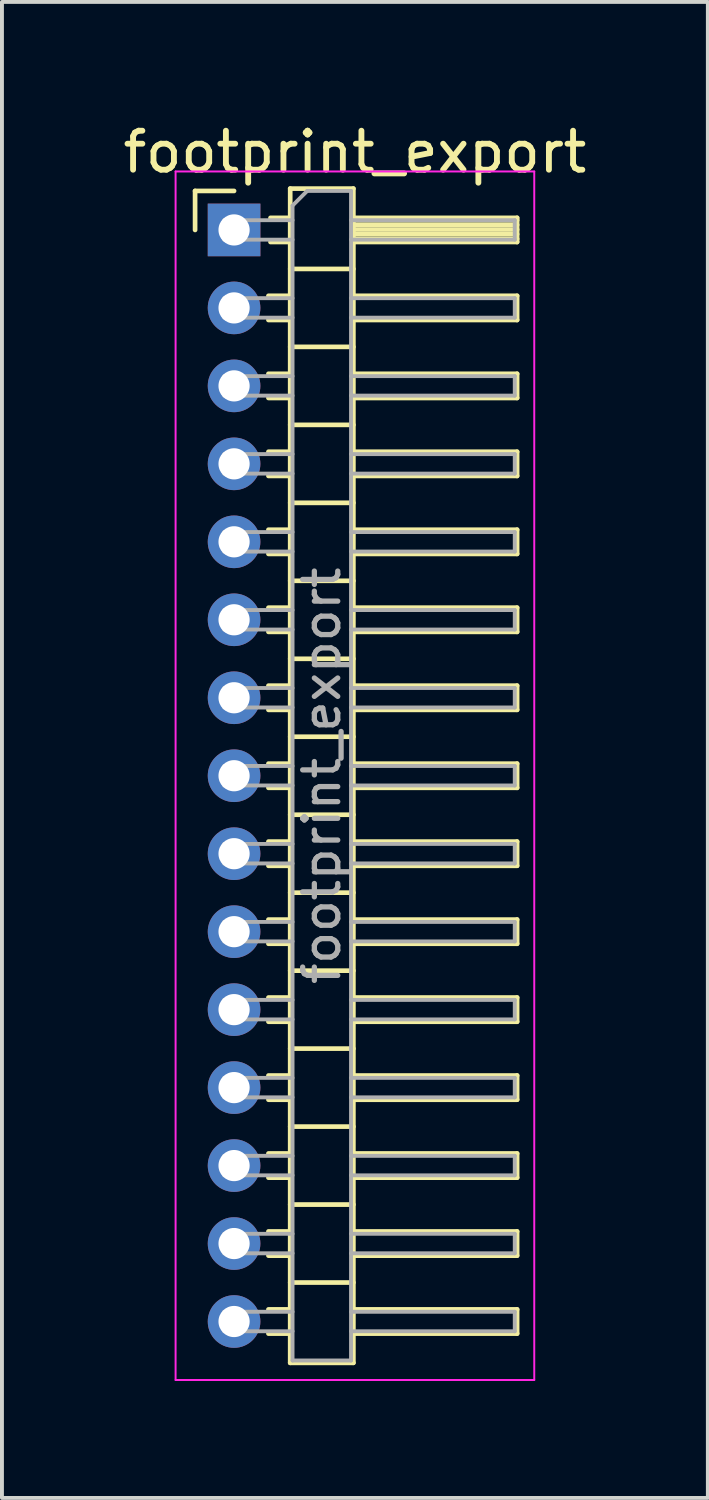
<source format=kicad_pcb>
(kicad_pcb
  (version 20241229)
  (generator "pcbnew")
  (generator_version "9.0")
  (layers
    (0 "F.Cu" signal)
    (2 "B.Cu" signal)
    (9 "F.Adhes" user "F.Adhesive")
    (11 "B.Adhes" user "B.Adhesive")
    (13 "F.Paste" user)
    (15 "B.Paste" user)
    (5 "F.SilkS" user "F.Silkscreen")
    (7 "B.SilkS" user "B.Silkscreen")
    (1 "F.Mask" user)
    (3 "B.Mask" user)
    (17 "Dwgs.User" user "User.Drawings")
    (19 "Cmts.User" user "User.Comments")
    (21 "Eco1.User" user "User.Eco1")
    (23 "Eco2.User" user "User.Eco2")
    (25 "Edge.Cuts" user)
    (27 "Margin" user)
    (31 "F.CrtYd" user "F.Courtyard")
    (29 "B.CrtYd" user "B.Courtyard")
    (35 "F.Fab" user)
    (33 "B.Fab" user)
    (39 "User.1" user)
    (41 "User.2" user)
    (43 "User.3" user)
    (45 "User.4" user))
  (footprint "footprint_export"
    (layer "F.Cu")
    (at 2.954 2.848)
    (property "Reference" "footprint_export" (at 3.1 -2 0) (layer "F.SilkS") (effects (font (size 1 1) (thickness 0.15))))
    (attr through_hole)
    (fp_line (start -1 -1) (end 0 -1) (stroke (width 0.12) (type solid)) (layer "F.SilkS"))
    (fp_line (start -1 0) (end -1 -1) (stroke (width 0.12) (type solid)) (layer "F.SilkS"))
    (fp_line (start 0.882 1.69) (end 1.44 1.69) (stroke (width 0.12) (type solid)) (layer "F.SilkS"))
    (fp_line (start 0.882 2.31) (end 1.44 2.31) (stroke (width 0.12) (type solid)) (layer "F.SilkS"))
    (fp_line (start 0.882 3.69) (end 1.44 3.69) (stroke (width 0.12) (type solid)) (layer "F.SilkS"))
    (fp_line (start 0.882 4.31) (end 1.44 4.31) (stroke (width 0.12) (type solid)) (layer "F.SilkS"))
    (fp_line (start 0.882 5.69) (end 1.44 5.69) (stroke (width 0.12) (type solid)) (layer "F.SilkS"))
    (fp_line (start 0.882 6.31) (end 1.44 6.31) (stroke (width 0.12) (type solid)) (layer "F.SilkS"))
    (fp_line (start 0.882 7.69) (end 1.44 7.69) (stroke (width 0.12) (type solid)) (layer "F.SilkS"))
    (fp_line (start 0.882 8.31) (end 1.44 8.31) (stroke (width 0.12) (type solid)) (layer "F.SilkS"))
    (fp_line (start 0.882 9.69) (end 1.44 9.69) (stroke (width 0.12) (type solid)) (layer "F.SilkS"))
    (fp_line (start 0.882 10.31) (end 1.44 10.31) (stroke (width 0.12) (type solid)) (layer "F.SilkS"))
    (fp_line (start 0.882 11.69) (end 1.44 11.69) (stroke (width 0.12) (type solid)) (layer "F.SilkS"))
    (fp_line (start 0.882 12.31) (end 1.44 12.31) (stroke (width 0.12) (type solid)) (layer "F.SilkS"))
    (fp_line (start 0.882 13.69) (end 1.44 13.69) (stroke (width 0.12) (type solid)) (layer "F.SilkS"))
    (fp_line (start 0.882 14.31) (end 1.44 14.31) (stroke (width 0.12) (type solid)) (layer "F.SilkS"))
    (fp_line (start 0.882 15.69) (end 1.44 15.69) (stroke (width 0.12) (type solid)) (layer "F.SilkS"))
    (fp_line (start 0.882 16.31) (end 1.44 16.31) (stroke (width 0.12) (type solid)) (layer "F.SilkS"))
    (fp_line (start 0.882 17.69) (end 1.44 17.69) (stroke (width 0.12) (type solid)) (layer "F.SilkS"))
    (fp_line (start 0.882 18.31) (end 1.44 18.31) (stroke (width 0.12) (type solid)) (layer "F.SilkS"))
    (fp_line (start 0.882 19.69) (end 1.44 19.69) (stroke (width 0.12) (type solid)) (layer "F.SilkS"))
    (fp_line (start 0.882 20.31) (end 1.44 20.31) (stroke (width 0.12) (type solid)) (layer "F.SilkS"))
    (fp_line (start 0.882 21.69) (end 1.44 21.69) (stroke (width 0.12) (type solid)) (layer "F.SilkS"))
    (fp_line (start 0.882 22.31) (end 1.44 22.31) (stroke (width 0.12) (type solid)) (layer "F.SilkS"))
    (fp_line (start 0.882 23.69) (end 1.44 23.69) (stroke (width 0.12) (type solid)) (layer "F.SilkS"))
    (fp_line (start 0.882 24.31) (end 1.44 24.31) (stroke (width 0.12) (type solid)) (layer "F.SilkS"))
    (fp_line (start 0.882 25.69) (end 1.44 25.69) (stroke (width 0.12) (type solid)) (layer "F.SilkS"))
    (fp_line (start 0.882 26.31) (end 1.44 26.31) (stroke (width 0.12) (type solid)) (layer "F.SilkS"))
    (fp_line (start 0.882 27.69) (end 1.44 27.69) (stroke (width 0.12) (type solid)) (layer "F.SilkS"))
    (fp_line (start 0.882 28.31) (end 1.44 28.31) (stroke (width 0.12) (type solid)) (layer "F.SilkS"))
    (fp_line (start 0.935 -0.31) (end 1.44 -0.31) (stroke (width 0.12) (type solid)) (layer "F.SilkS"))
    (fp_line (start 0.935 0.31) (end 1.44 0.31) (stroke (width 0.12) (type solid)) (layer "F.SilkS"))
    (fp_line (start 1.44 -1.06) (end 1.44 29.06) (stroke (width 0.12) (type solid)) (layer "F.SilkS"))
    (fp_line (start 1.44 1) (end 3.06 1) (stroke (width 0.12) (type solid)) (layer "F.SilkS"))
    (fp_line (start 1.44 3) (end 3.06 3) (stroke (width 0.12) (type solid)) (layer "F.SilkS"))
    (fp_line (start 1.44 5) (end 3.06 5) (stroke (width 0.12) (type solid)) (layer "F.SilkS"))
    (fp_line (start 1.44 7) (end 3.06 7) (stroke (width 0.12) (type solid)) (layer "F.SilkS"))
    (fp_line (start 1.44 9) (end 3.06 9) (stroke (width 0.12) (type solid)) (layer "F.SilkS"))
    (fp_line (start 1.44 11) (end 3.06 11) (stroke (width 0.12) (type solid)) (layer "F.SilkS"))
    (fp_line (start 1.44 13) (end 3.06 13) (stroke (width 0.12) (type solid)) (layer "F.SilkS"))
    (fp_line (start 1.44 15) (end 3.06 15) (stroke (width 0.12) (type solid)) (layer "F.SilkS"))
    (fp_line (start 1.44 17) (end 3.06 17) (stroke (width 0.12) (type solid)) (layer "F.SilkS"))
    (fp_line (start 1.44 19) (end 3.06 19) (stroke (width 0.12) (type solid)) (layer "F.SilkS"))
    (fp_line (start 1.44 21) (end 3.06 21) (stroke (width 0.12) (type solid)) (layer "F.SilkS"))
    (fp_line (start 1.44 23) (end 3.06 23) (stroke (width 0.12) (type solid)) (layer "F.SilkS"))
    (fp_line (start 1.44 25) (end 3.06 25) (stroke (width 0.12) (type solid)) (layer "F.SilkS"))
    (fp_line (start 1.44 27) (end 3.06 27) (stroke (width 0.12) (type solid)) (layer "F.SilkS"))
    (fp_line (start 1.44 29.06) (end 3.06 29.06) (stroke (width 0.12) (type solid)) (layer "F.SilkS"))
    (fp_line (start 3.06 -1.06) (end 1.44 -1.06) (stroke (width 0.12) (type solid)) (layer "F.SilkS"))
    (fp_line (start 3.06 -0.31) (end 7.26 -0.31) (stroke (width 0.12) (type solid)) (layer "F.SilkS"))
    (fp_line (start 3.06 -0.25) (end 7.26 -0.25) (stroke (width 0.12) (type solid)) (layer "F.SilkS"))
    (fp_line (start 3.06 -0.13) (end 7.26 -0.13) (stroke (width 0.12) (type solid)) (layer "F.SilkS"))
    (fp_line (start 3.06 -0.01) (end 7.26 -0.01) (stroke (width 0.12) (type solid)) (layer "F.SilkS"))
    (fp_line (start 3.06 0.11) (end 7.26 0.11) (stroke (width 0.12) (type solid)) (layer "F.SilkS"))
    (fp_line (start 3.06 0.23) (end 7.26 0.23) (stroke (width 0.12) (type solid)) (layer "F.SilkS"))
    (fp_line (start 3.06 1.69) (end 7.26 1.69) (stroke (width 0.12) (type solid)) (layer "F.SilkS"))
    (fp_line (start 3.06 3.69) (end 7.26 3.69) (stroke (width 0.12) (type solid)) (layer "F.SilkS"))
    (fp_line (start 3.06 5.69) (end 7.26 5.69) (stroke (width 0.12) (type solid)) (layer "F.SilkS"))
    (fp_line (start 3.06 7.69) (end 7.26 7.69) (stroke (width 0.12) (type solid)) (layer "F.SilkS"))
    (fp_line (start 3.06 9.69) (end 7.26 9.69) (stroke (width 0.12) (type solid)) (layer "F.SilkS"))
    (fp_line (start 3.06 11.69) (end 7.26 11.69) (stroke (width 0.12) (type solid)) (layer "F.SilkS"))
    (fp_line (start 3.06 13.69) (end 7.26 13.69) (stroke (width 0.12) (type solid)) (layer "F.SilkS"))
    (fp_line (start 3.06 15.69) (end 7.26 15.69) (stroke (width 0.12) (type solid)) (layer "F.SilkS"))
    (fp_line (start 3.06 17.69) (end 7.26 17.69) (stroke (width 0.12) (type solid)) (layer "F.SilkS"))
    (fp_line (start 3.06 19.69) (end 7.26 19.69) (stroke (width 0.12) (type solid)) (layer "F.SilkS"))
    (fp_line (start 3.06 21.69) (end 7.26 21.69) (stroke (width 0.12) (type solid)) (layer "F.SilkS"))
    (fp_line (start 3.06 23.69) (end 7.26 23.69) (stroke (width 0.12) (type solid)) (layer "F.SilkS"))
    (fp_line (start 3.06 25.69) (end 7.26 25.69) (stroke (width 0.12) (type solid)) (layer "F.SilkS"))
    (fp_line (start 3.06 27.69) (end 7.26 27.69) (stroke (width 0.12) (type solid)) (layer "F.SilkS"))
    (fp_line (start 3.06 29.06) (end 3.06 -1.06) (stroke (width 0.12) (type solid)) (layer "F.SilkS"))
    (fp_line (start 7.26 -0.31) (end 7.26 0.31) (stroke (width 0.12) (type solid)) (layer "F.SilkS"))
    (fp_line (start 7.26 0.31) (end 3.06 0.31) (stroke (width 0.12) (type solid)) (layer "F.SilkS"))
    (fp_line (start 7.26 1.69) (end 7.26 2.31) (stroke (width 0.12) (type solid)) (layer "F.SilkS"))
    (fp_line (start 7.26 2.31) (end 3.06 2.31) (stroke (width 0.12) (type solid)) (layer "F.SilkS"))
    (fp_line (start 7.26 3.69) (end 7.26 4.31) (stroke (width 0.12) (type solid)) (layer "F.SilkS"))
    (fp_line (start 7.26 4.31) (end 3.06 4.31) (stroke (width 0.12) (type solid)) (layer "F.SilkS"))
    (fp_line (start 7.26 5.69) (end 7.26 6.31) (stroke (width 0.12) (type solid)) (layer "F.SilkS"))
    (fp_line (start 7.26 6.31) (end 3.06 6.31) (stroke (width 0.12) (type solid)) (layer "F.SilkS"))
    (fp_line (start 7.26 7.69) (end 7.26 8.31) (stroke (width 0.12) (type solid)) (layer "F.SilkS"))
    (fp_line (start 7.26 8.31) (end 3.06 8.31) (stroke (width 0.12) (type solid)) (layer "F.SilkS"))
    (fp_line (start 7.26 9.69) (end 7.26 10.31) (stroke (width 0.12) (type solid)) (layer "F.SilkS"))
    (fp_line (start 7.26 10.31) (end 3.06 10.31) (stroke (width 0.12) (type solid)) (layer "F.SilkS"))
    (fp_line (start 7.26 11.69) (end 7.26 12.31) (stroke (width 0.12) (type solid)) (layer "F.SilkS"))
    (fp_line (start 7.26 12.31) (end 3.06 12.31) (stroke (width 0.12) (type solid)) (layer "F.SilkS"))
    (fp_line (start 7.26 13.69) (end 7.26 14.31) (stroke (width 0.12) (type solid)) (layer "F.SilkS"))
    (fp_line (start 7.26 14.31) (end 3.06 14.31) (stroke (width 0.12) (type solid)) (layer "F.SilkS"))
    (fp_line (start 7.26 15.69) (end 7.26 16.31) (stroke (width 0.12) (type solid)) (layer "F.SilkS"))
    (fp_line (start 7.26 16.31) (end 3.06 16.31) (stroke (width 0.12) (type solid)) (layer "F.SilkS"))
    (fp_line (start 7.26 17.69) (end 7.26 18.31) (stroke (width 0.12) (type solid)) (layer "F.SilkS"))
    (fp_line (start 7.26 18.31) (end 3.06 18.31) (stroke (width 0.12) (type solid)) (layer "F.SilkS"))
    (fp_line (start 7.26 19.69) (end 7.26 20.31) (stroke (width 0.12) (type solid)) (layer "F.SilkS"))
    (fp_line (start 7.26 20.31) (end 3.06 20.31) (stroke (width 0.12) (type solid)) (layer "F.SilkS"))
    (fp_line (start 7.26 21.69) (end 7.26 22.31) (stroke (width 0.12) (type solid)) (layer "F.SilkS"))
    (fp_line (start 7.26 22.31) (end 3.06 22.31) (stroke (width 0.12) (type solid)) (layer "F.SilkS"))
    (fp_line (start 7.26 23.69) (end 7.26 24.31) (stroke (width 0.12) (type solid)) (layer "F.SilkS"))
    (fp_line (start 7.26 24.31) (end 3.06 24.31) (stroke (width 0.12) (type solid)) (layer "F.SilkS"))
    (fp_line (start 7.26 25.69) (end 7.26 26.31) (stroke (width 0.12) (type solid)) (layer "F.SilkS"))
    (fp_line (start 7.26 26.31) (end 3.06 26.31) (stroke (width 0.12) (type solid)) (layer "F.SilkS"))
    (fp_line (start 7.26 27.69) (end 7.26 28.31) (stroke (width 0.12) (type solid)) (layer "F.SilkS"))
    (fp_line (start 7.26 28.31) (end 3.06 28.31) (stroke (width 0.12) (type solid)) (layer "F.SilkS"))
    (fp_line (start -1.5 -1.5) (end -1.5 29.5) (stroke (width 0.05) (type solid)) (layer "F.CrtYd"))
    (fp_line (start -1.5 29.5) (end 7.7 29.5) (stroke (width 0.05) (type solid)) (layer "F.CrtYd"))
    (fp_line (start 7.7 -1.5) (end -1.5 -1.5) (stroke (width 0.05) (type solid)) (layer "F.CrtYd"))
    (fp_line (start 7.7 29.5) (end 7.7 -1.5) (stroke (width 0.05) (type solid)) (layer "F.CrtYd"))
    (fp_line (start -0.25 -0.25) (end -0.25 0.25) (stroke (width 0.1) (type solid)) (layer "F.Fab"))
    (fp_line (start -0.25 -0.25) (end 1.5 -0.25) (stroke (width 0.1) (type solid)) (layer "F.Fab"))
    (fp_line (start -0.25 0.25) (end 1.5 0.25) (stroke (width 0.1) (type solid)) (layer "F.Fab"))
    (fp_line (start -0.25 1.75) (end -0.25 2.25) (stroke (width 0.1) (type solid)) (layer "F.Fab"))
    (fp_line (start -0.25 1.75) (end 1.5 1.75) (stroke (width 0.1) (type solid)) (layer "F.Fab"))
    (fp_line (start -0.25 2.25) (end 1.5 2.25) (stroke (width 0.1) (type solid)) (layer "F.Fab"))
    (fp_line (start -0.25 3.75) (end -0.25 4.25) (stroke (width 0.1) (type solid)) (layer "F.Fab"))
    (fp_line (start -0.25 3.75) (end 1.5 3.75) (stroke (width 0.1) (type solid)) (layer "F.Fab"))
    (fp_line (start -0.25 4.25) (end 1.5 4.25) (stroke (width 0.1) (type solid)) (layer "F.Fab"))
    (fp_line (start -0.25 5.75) (end -0.25 6.25) (stroke (width 0.1) (type solid)) (layer "F.Fab"))
    (fp_line (start -0.25 5.75) (end 1.5 5.75) (stroke (width 0.1) (type solid)) (layer "F.Fab"))
    (fp_line (start -0.25 6.25) (end 1.5 6.25) (stroke (width 0.1) (type solid)) (layer "F.Fab"))
    (fp_line (start -0.25 7.75) (end -0.25 8.25) (stroke (width 0.1) (type solid)) (layer "F.Fab"))
    (fp_line (start -0.25 7.75) (end 1.5 7.75) (stroke (width 0.1) (type solid)) (layer "F.Fab"))
    (fp_line (start -0.25 8.25) (end 1.5 8.25) (stroke (width 0.1) (type solid)) (layer "F.Fab"))
    (fp_line (start -0.25 9.75) (end -0.25 10.25) (stroke (width 0.1) (type solid)) (layer "F.Fab"))
    (fp_line (start -0.25 9.75) (end 1.5 9.75) (stroke (width 0.1) (type solid)) (layer "F.Fab"))
    (fp_line (start -0.25 10.25) (end 1.5 10.25) (stroke (width 0.1) (type solid)) (layer "F.Fab"))
    (fp_line (start -0.25 11.75) (end -0.25 12.25) (stroke (width 0.1) (type solid)) (layer "F.Fab"))
    (fp_line (start -0.25 11.75) (end 1.5 11.75) (stroke (width 0.1) (type solid)) (layer "F.Fab"))
    (fp_line (start -0.25 12.25) (end 1.5 12.25) (stroke (width 0.1) (type solid)) (layer "F.Fab"))
    (fp_line (start -0.25 13.75) (end -0.25 14.25) (stroke (width 0.1) (type solid)) (layer "F.Fab"))
    (fp_line (start -0.25 13.75) (end 1.5 13.75) (stroke (width 0.1) (type solid)) (layer "F.Fab"))
    (fp_line (start -0.25 14.25) (end 1.5 14.25) (stroke (width 0.1) (type solid)) (layer "F.Fab"))
    (fp_line (start -0.25 15.75) (end -0.25 16.25) (stroke (width 0.1) (type solid)) (layer "F.Fab"))
    (fp_line (start -0.25 15.75) (end 1.5 15.75) (stroke (width 0.1) (type solid)) (layer "F.Fab"))
    (fp_line (start -0.25 16.25) (end 1.5 16.25) (stroke (width 0.1) (type solid)) (layer "F.Fab"))
    (fp_line (start -0.25 17.75) (end -0.25 18.25) (stroke (width 0.1) (type solid)) (layer "F.Fab"))
    (fp_line (start -0.25 17.75) (end 1.5 17.75) (stroke (width 0.1) (type solid)) (layer "F.Fab"))
    (fp_line (start -0.25 18.25) (end 1.5 18.25) (stroke (width 0.1) (type solid)) (layer "F.Fab"))
    (fp_line (start -0.25 19.75) (end -0.25 20.25) (stroke (width 0.1) (type solid)) (layer "F.Fab"))
    (fp_line (start -0.25 19.75) (end 1.5 19.75) (stroke (width 0.1) (type solid)) (layer "F.Fab"))
    (fp_line (start -0.25 20.25) (end 1.5 20.25) (stroke (width 0.1) (type solid)) (layer "F.Fab"))
    (fp_line (start -0.25 21.75) (end -0.25 22.25) (stroke (width 0.1) (type solid)) (layer "F.Fab"))
    (fp_line (start -0.25 21.75) (end 1.5 21.75) (stroke (width 0.1) (type solid)) (layer "F.Fab"))
    (fp_line (start -0.25 22.25) (end 1.5 22.25) (stroke (width 0.1) (type solid)) (layer "F.Fab"))
    (fp_line (start -0.25 23.75) (end -0.25 24.25) (stroke (width 0.1) (type solid)) (layer "F.Fab"))
    (fp_line (start -0.25 23.75) (end 1.5 23.75) (stroke (width 0.1) (type solid)) (layer "F.Fab"))
    (fp_line (start -0.25 24.25) (end 1.5 24.25) (stroke (width 0.1) (type solid)) (layer "F.Fab"))
    (fp_line (start -0.25 25.75) (end -0.25 26.25) (stroke (width 0.1) (type solid)) (layer "F.Fab"))
    (fp_line (start -0.25 25.75) (end 1.5 25.75) (stroke (width 0.1) (type solid)) (layer "F.Fab"))
    (fp_line (start -0.25 26.25) (end 1.5 26.25) (stroke (width 0.1) (type solid)) (layer "F.Fab"))
    (fp_line (start -0.25 27.75) (end -0.25 28.25) (stroke (width 0.1) (type solid)) (layer "F.Fab"))
    (fp_line (start -0.25 27.75) (end 1.5 27.75) (stroke (width 0.1) (type solid)) (layer "F.Fab"))
    (fp_line (start -0.25 28.25) (end 1.5 28.25) (stroke (width 0.1) (type solid)) (layer "F.Fab"))
    (fp_line (start 1.5 -0.625) (end 1.875 -1) (stroke (width 0.1) (type solid)) (layer "F.Fab"))
    (fp_line (start 1.5 29) (end 1.5 -0.625) (stroke (width 0.1) (type solid)) (layer "F.Fab"))
    (fp_line (start 1.875 -1) (end 3 -1) (stroke (width 0.1) (type solid)) (layer "F.Fab"))
    (fp_line (start 3 -1) (end 3 29) (stroke (width 0.1) (type solid)) (layer "F.Fab"))
    (fp_line (start 3 -0.25) (end 7.2 -0.25) (stroke (width 0.1) (type solid)) (layer "F.Fab"))
    (fp_line (start 3 0.25) (end 7.2 0.25) (stroke (width 0.1) (type solid)) (layer "F.Fab"))
    (fp_line (start 3 1.75) (end 7.2 1.75) (stroke (width 0.1) (type solid)) (layer "F.Fab"))
    (fp_line (start 3 2.25) (end 7.2 2.25) (stroke (width 0.1) (type solid)) (layer "F.Fab"))
    (fp_line (start 3 3.75) (end 7.2 3.75) (stroke (width 0.1) (type solid)) (layer "F.Fab"))
    (fp_line (start 3 4.25) (end 7.2 4.25) (stroke (width 0.1) (type solid)) (layer "F.Fab"))
    (fp_line (start 3 5.75) (end 7.2 5.75) (stroke (width 0.1) (type solid)) (layer "F.Fab"))
    (fp_line (start 3 6.25) (end 7.2 6.25) (stroke (width 0.1) (type solid)) (layer "F.Fab"))
    (fp_line (start 3 7.75) (end 7.2 7.75) (stroke (width 0.1) (type solid)) (layer "F.Fab"))
    (fp_line (start 3 8.25) (end 7.2 8.25) (stroke (width 0.1) (type solid)) (layer "F.Fab"))
    (fp_line (start 3 9.75) (end 7.2 9.75) (stroke (width 0.1) (type solid)) (layer "F.Fab"))
    (fp_line (start 3 10.25) (end 7.2 10.25) (stroke (width 0.1) (type solid)) (layer "F.Fab"))
    (fp_line (start 3 11.75) (end 7.2 11.75) (stroke (width 0.1) (type solid)) (layer "F.Fab"))
    (fp_line (start 3 12.25) (end 7.2 12.25) (stroke (width 0.1) (type solid)) (layer "F.Fab"))
    (fp_line (start 3 13.75) (end 7.2 13.75) (stroke (width 0.1) (type solid)) (layer "F.Fab"))
    (fp_line (start 3 14.25) (end 7.2 14.25) (stroke (width 0.1) (type solid)) (layer "F.Fab"))
    (fp_line (start 3 15.75) (end 7.2 15.75) (stroke (width 0.1) (type solid)) (layer "F.Fab"))
    (fp_line (start 3 16.25) (end 7.2 16.25) (stroke (width 0.1) (type solid)) (layer "F.Fab"))
    (fp_line (start 3 17.75) (end 7.2 17.75) (stroke (width 0.1) (type solid)) (layer "F.Fab"))
    (fp_line (start 3 18.25) (end 7.2 18.25) (stroke (width 0.1) (type solid)) (layer "F.Fab"))
    (fp_line (start 3 19.75) (end 7.2 19.75) (stroke (width 0.1) (type solid)) (layer "F.Fab"))
    (fp_line (start 3 20.25) (end 7.2 20.25) (stroke (width 0.1) (type solid)) (layer "F.Fab"))
    (fp_line (start 3 21.75) (end 7.2 21.75) (stroke (width 0.1) (type solid)) (layer "F.Fab"))
    (fp_line (start 3 22.25) (end 7.2 22.25) (stroke (width 0.1) (type solid)) (layer "F.Fab"))
    (fp_line (start 3 23.75) (end 7.2 23.75) (stroke (width 0.1) (type solid)) (layer "F.Fab"))
    (fp_line (start 3 24.25) (end 7.2 24.25) (stroke (width 0.1) (type solid)) (layer "F.Fab"))
    (fp_line (start 3 25.75) (end 7.2 25.75) (stroke (width 0.1) (type solid)) (layer "F.Fab"))
    (fp_line (start 3 26.25) (end 7.2 26.25) (stroke (width 0.1) (type solid)) (layer "F.Fab"))
    (fp_line (start 3 27.75) (end 7.2 27.75) (stroke (width 0.1) (type solid)) (layer "F.Fab"))
    (fp_line (start 3 28.25) (end 7.2 28.25) (stroke (width 0.1) (type solid)) (layer "F.Fab"))
    (fp_line (start 3 29) (end 1.5 29) (stroke (width 0.1) (type solid)) (layer "F.Fab"))
    (fp_line (start 7.2 -0.25) (end 7.2 0.25) (stroke (width 0.1) (type solid)) (layer "F.Fab"))
    (fp_line (start 7.2 1.75) (end 7.2 2.25) (stroke (width 0.1) (type solid)) (layer "F.Fab"))
    (fp_line (start 7.2 3.75) (end 7.2 4.25) (stroke (width 0.1) (type solid)) (layer "F.Fab"))
    (fp_line (start 7.2 5.75) (end 7.2 6.25) (stroke (width 0.1) (type solid)) (layer "F.Fab"))
    (fp_line (start 7.2 7.75) (end 7.2 8.25) (stroke (width 0.1) (type solid)) (layer "F.Fab"))
    (fp_line (start 7.2 9.75) (end 7.2 10.25) (stroke (width 0.1) (type solid)) (layer "F.Fab"))
    (fp_line (start 7.2 11.75) (end 7.2 12.25) (stroke (width 0.1) (type solid)) (layer "F.Fab"))
    (fp_line (start 7.2 13.75) (end 7.2 14.25) (stroke (width 0.1) (type solid)) (layer "F.Fab"))
    (fp_line (start 7.2 15.75) (end 7.2 16.25) (stroke (width 0.1) (type solid)) (layer "F.Fab"))
    (fp_line (start 7.2 17.75) (end 7.2 18.25) (stroke (width 0.1) (type solid)) (layer "F.Fab"))
    (fp_line (start 7.2 19.75) (end 7.2 20.25) (stroke (width 0.1) (type solid)) (layer "F.Fab"))
    (fp_line (start 7.2 21.75) (end 7.2 22.25) (stroke (width 0.1) (type solid)) (layer "F.Fab"))
    (fp_line (start 7.2 23.75) (end 7.2 24.25) (stroke (width 0.1) (type solid)) (layer "F.Fab"))
    (fp_line (start 7.2 25.75) (end 7.2 26.25) (stroke (width 0.1) (type solid)) (layer "F.Fab"))
    (fp_line (start 7.2 27.75) (end 7.2 28.25) (stroke (width 0.1) (type solid)) (layer "F.Fab"))
    (fp_text user "${REFERENCE}" (at 2.25 14 90) (layer "F.Fab") (effects (font (size 0.9 0.9) (thickness 0.135))))
    (pad "1" thru_hole rect (at 0 0) (size 1.35 1.35) (drill 0.8) (layers "*.Cu" "*.Mask"))
    (pad "2" thru_hole oval (at 0 2) (size 1.35 1.35) (drill 0.8) (layers "*.Cu" "*.Mask"))
    (pad "3" thru_hole oval (at 0 4) (size 1.35 1.35) (drill 0.8) (layers "*.Cu" "*.Mask"))
    (pad "4" thru_hole oval (at 0 6) (size 1.35 1.35) (drill 0.8) (layers "*.Cu" "*.Mask"))
    (pad "5" thru_hole oval (at 0 8) (size 1.35 1.35) (drill 0.8) (layers "*.Cu" "*.Mask"))
    (pad "6" thru_hole oval (at 0 10) (size 1.35 1.35) (drill 0.8) (layers "*.Cu" "*.Mask"))
    (pad "7" thru_hole oval (at 0 12) (size 1.35 1.35) (drill 0.8) (layers "*.Cu" "*.Mask"))
    (pad "8" thru_hole oval (at 0 14) (size 1.35 1.35) (drill 0.8) (layers "*.Cu" "*.Mask"))
    (pad "9" thru_hole oval (at 0 16) (size 1.35 1.35) (drill 0.8) (layers "*.Cu" "*.Mask"))
    (pad "10" thru_hole oval (at 0 18) (size 1.35 1.35) (drill 0.8) (layers "*.Cu" "*.Mask"))
    (pad "11" thru_hole oval (at 0 20) (size 1.35 1.35) (drill 0.8) (layers "*.Cu" "*.Mask"))
    (pad "12" thru_hole oval (at 0 22) (size 1.35 1.35) (drill 0.8) (layers "*.Cu" "*.Mask"))
    (pad "13" thru_hole oval (at 0 24) (size 1.35 1.35) (drill 0.8) (layers "*.Cu" "*.Mask"))
    (pad "14" thru_hole oval (at 0 26) (size 1.35 1.35) (drill 0.8) (layers "*.Cu" "*.Mask"))
    (pad "15" thru_hole oval (at 0 28) (size 1.35 1.35) (drill 0.8) (layers "*.Cu" "*.Mask")))
  (gr_rect
    (start -3 -3)
    (end 15.107 35.373)
    (stroke (width 0.1) (type default))
    (fill no)
    (layer "Edge.Cuts")))
</source>
